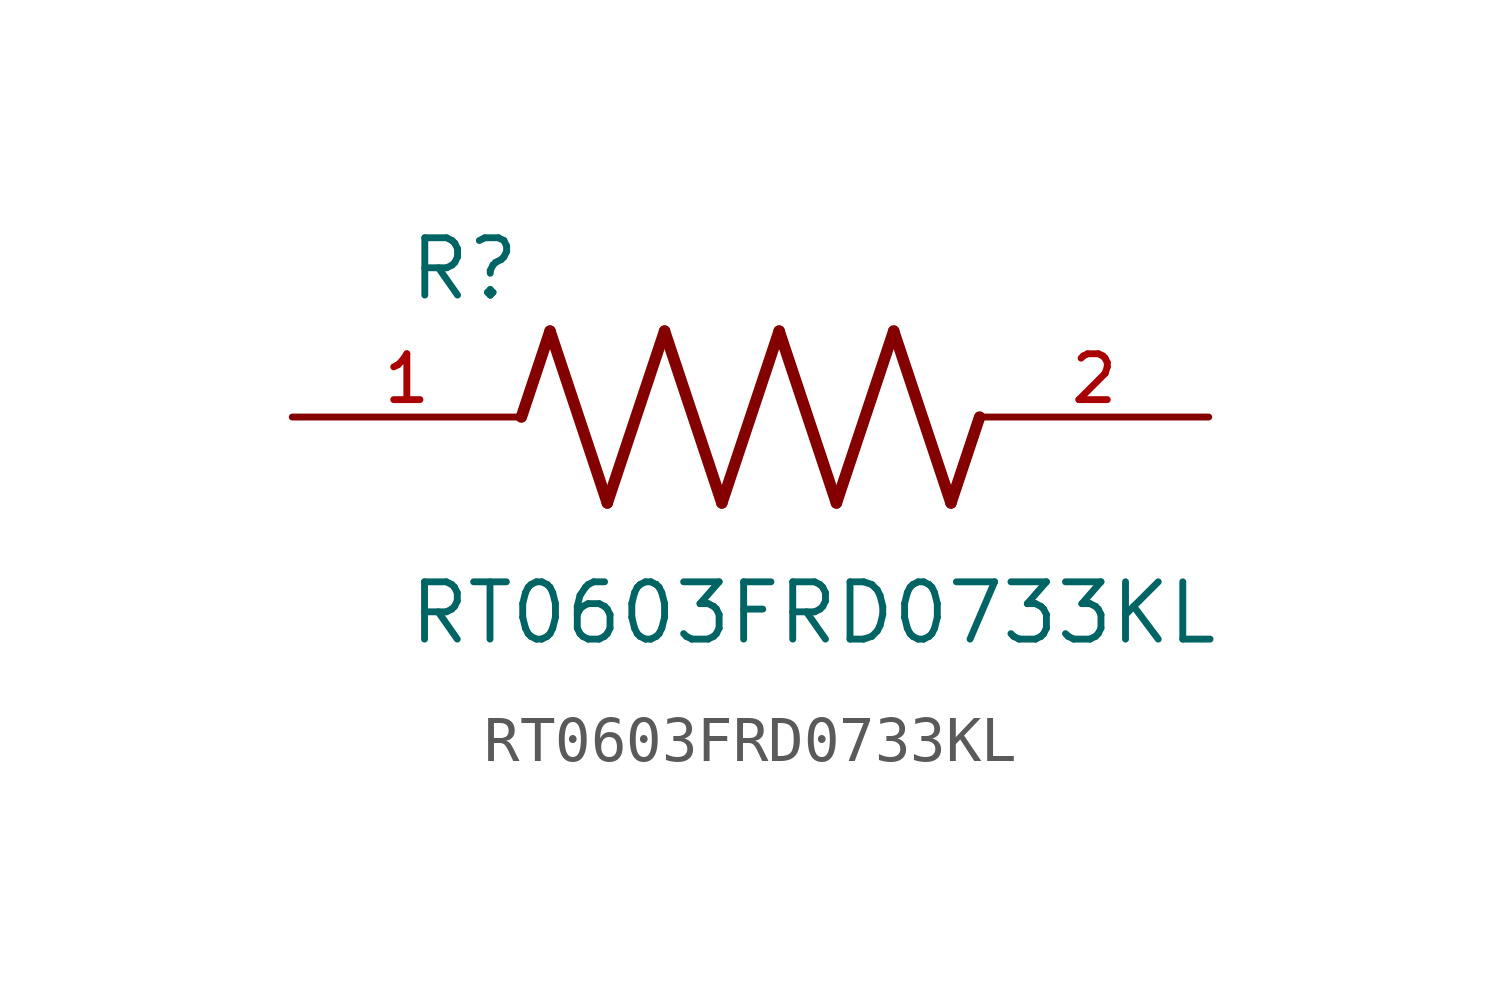
<source format=kicad_sym>
(kicad_symbol_lib
  (version 20211014)
  (generator kicad_symbol_editor)
  (symbol "RT0603FRD0733KL"
    (pin_names
      (offset 1.016))
    (property "Reference" "R"
      (at -7.624 2.541 0)
      (effects (font (size 1.27 1.27)) (justify bottom left)))
    (property "Value" "RT0603FRD0733KL"
      (at -7.63 -5.087 0)
      (effects (font (size 1.27 1.27)) (justify bottom left)))
    (symbol "RT0603FRD0733KL_0_0"
      (polyline (pts (xy -5.08 0.0) (xy -4.445 1.905)) (stroke (width 0.254)))
      (polyline (pts (xy -4.445 1.905) (xy -3.175 -1.905)) (stroke (width 0.254)))
      (polyline (pts (xy -3.175 -1.905) (xy -1.905 1.905)) (stroke (width 0.254)))
      (polyline (pts (xy -1.905 1.905) (xy -0.635 -1.905)) (stroke (width 0.254)))
      (polyline (pts (xy -0.635 -1.905) (xy 0.635 1.905)) (stroke (width 0.254)))
      (polyline (pts (xy 0.635 1.905) (xy 1.905 -1.905)) (stroke (width 0.254)))
      (polyline (pts (xy 1.905 -1.905) (xy 3.175 1.905)) (stroke (width 0.254)))
      (polyline (pts (xy 3.175 1.905) (xy 4.445 -1.905)) (stroke (width 0.254)))
      (polyline (pts (xy 4.445 -1.905) (xy 5.08 0.0)) (stroke (width 0.254)))
      (pin passive line (at -10.16 0.0 0) (length 5.08) (name "~" (effects (font (size 1.016 1.016)))) (number "1" (effects (font (size 1.016 1.016)))))
      (pin passive line (at 10.16 0.0 180.0) (length 5.08) (name "~" (effects (font (size 1.016 1.016)))) (number "2" (effects (font (size 1.016 1.016))))))))
</source>
